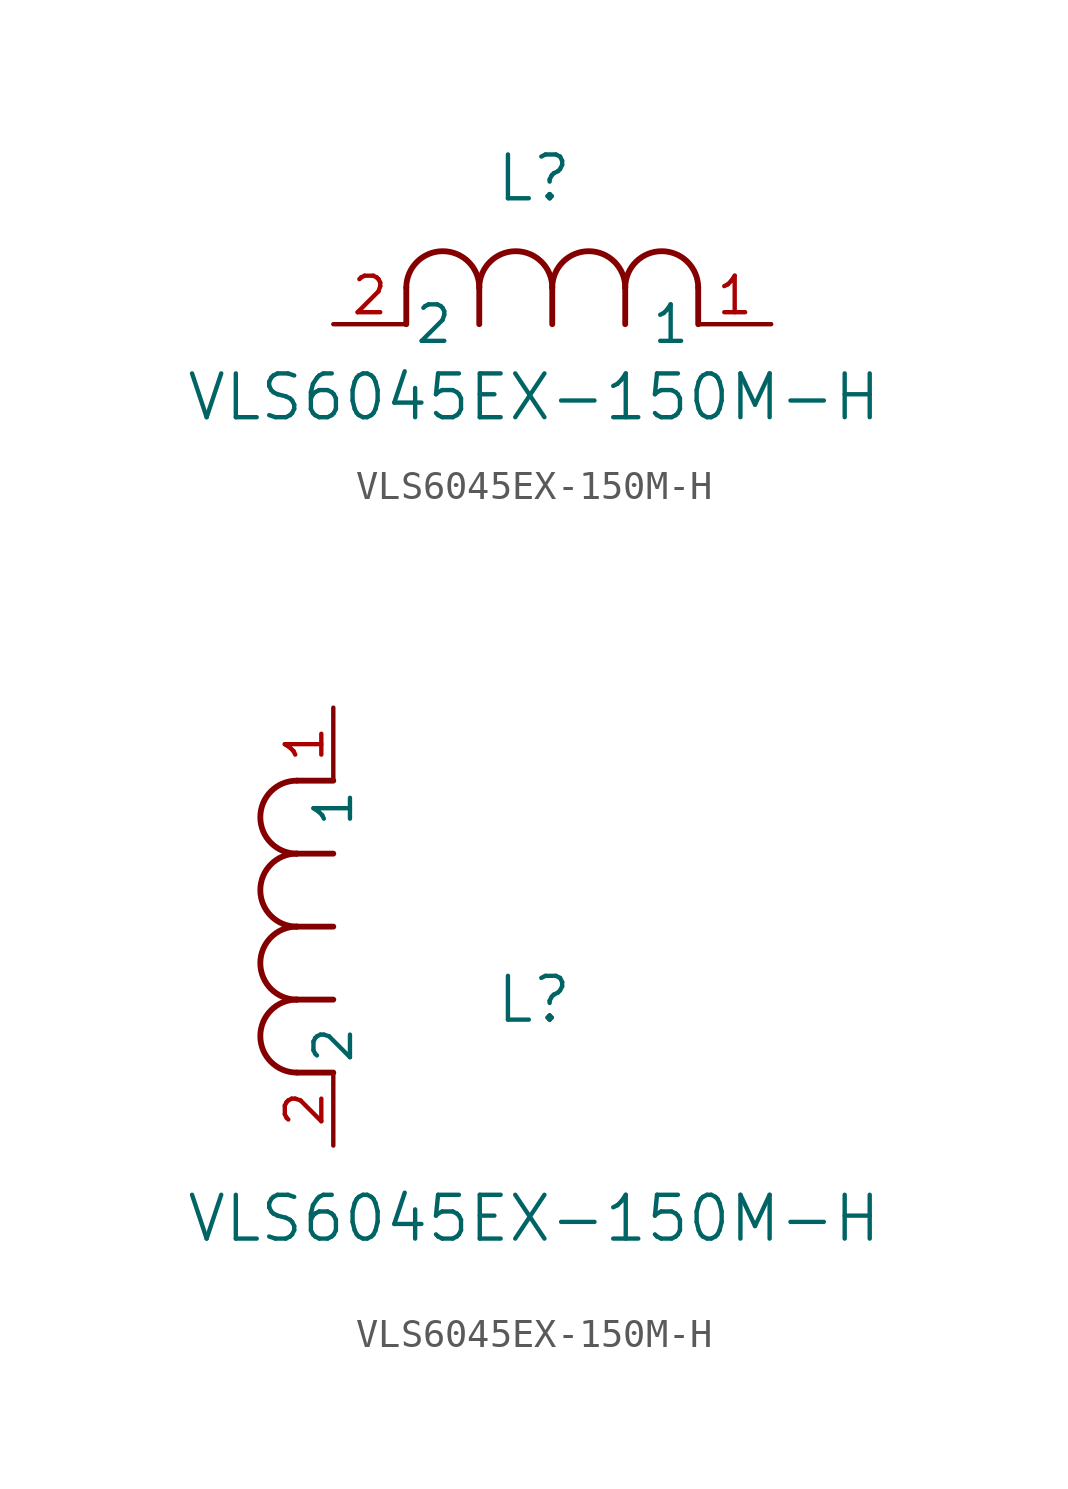
<source format=kicad_sym>
(kicad_symbol_lib
  (version 20211014)
  (generator kicad_symbol_editor)
  (symbol "VLS6045EX-150M-H"
    (pin_names
      (offset 0.254))
    (property "Reference" "L"
      (at 6.985 5.08 0)
      (effects (font (size 1.524 1.524))))
    (property "Value" "VLS6045EX-150M-H"
      (at 6.985 -2.54 0)
      (effects (font (size 1.524 1.524))))
    (symbol "VLS6045EX-150M-H_1_1"
      (arc (start 7.62 1.27) (mid 6.35 2.54) (end 5.08 1.27) (stroke (width 0.2032) (type default) (color 0 0 0 0)) (fill (type none)))
      (polyline (pts (xy 5.08 0) (xy 5.08 1.27)) (stroke (width 0.203) (type default) (color 0 0 0 0)) (fill (type none)))
      (polyline (pts (xy 7.62 0) (xy 7.62 1.27)) (stroke (width 0.203) (type default) (color 0 0 0 0)) (fill (type none)))
      (polyline (pts (xy 12.7 0) (xy 12.7 1.27)) (stroke (width 0.203) (type default) (color 0 0 0 0)) (fill (type none)))
      (arc (start 5.08 1.27) (mid 3.81 2.54) (end 2.54 1.27) (stroke (width 0.2032) (type default) (color 0 0 0 0)) (fill (type none)))
      (arc (start 10.16 1.27) (mid 8.89 2.54) (end 7.62 1.27) (stroke (width 0.2032) (type default) (color 0 0 0 0)) (fill (type none)))
      (arc (start 12.7 1.27) (mid 11.43 2.54) (end 10.16 1.27) (stroke (width 0.2032) (type default) (color 0 0 0 0)) (fill (type none)))
      (polyline (pts (xy 2.54 0) (xy 2.54 1.27)) (stroke (width 0.203) (type default) (color 0 0 0 0)) (fill (type none)))
      (polyline (pts (xy 10.16 0) (xy 10.16 1.27)) (stroke (width 0.203) (type default) (color 0 0 0 0)) (fill (type none)))
      (pin unspecified line (at 0 0 0) (length 2.54) (name "2" (effects (font (size 1.27 1.27)))) (number "2" (effects (font (size 1.27 1.27)))))
      (pin unspecified line (at 15.24 0 180) (length 2.54) (name "1" (effects (font (size 1.27 1.27)))) (number "1" (effects (font (size 1.27 1.27))))))
    (symbol "VLS6045EX-150M-H_1_2"
      (arc (start -1.27 7.62) (mid -2.54 6.35) (end -1.27 5.08) (stroke (width 0.2032) (type default) (color 0 0 0 0)) (fill (type none)))
      (arc (start -1.27 5.08) (mid -2.54 3.81) (end -1.27 2.54) (stroke (width 0.2032) (type default) (color 0 0 0 0)) (fill (type none)))
      (arc (start -1.27 12.7) (mid -2.54 11.43) (end -1.27 10.16) (stroke (width 0.2032) (type default) (color 0 0 0 0)) (fill (type none)))
      (arc (start -1.27 10.16) (mid -2.54 8.89) (end -1.27 7.62) (stroke (width 0.2032) (type default) (color 0 0 0 0)) (fill (type none)))
      (polyline (pts (xy 0 7.62) (xy -1.27 7.62)) (stroke (width 0.203) (type default) (color 0 0 0 0)) (fill (type none)))
      (polyline (pts (xy 0 5.08) (xy -1.27 5.08)) (stroke (width 0.203) (type default) (color 0 0 0 0)) (fill (type none)))
      (polyline (pts (xy 0 12.7) (xy -1.27 12.7)) (stroke (width 0.203) (type default) (color 0 0 0 0)) (fill (type none)))
      (polyline (pts (xy 0 2.54) (xy -1.27 2.54)) (stroke (width 0.203) (type default) (color 0 0 0 0)) (fill (type none)))
      (polyline (pts (xy 0 10.16) (xy -1.27 10.16)) (stroke (width 0.203) (type default) (color 0 0 0 0)) (fill (type none)))
      (pin unspecified line (at 0 0 90) (length 2.54) (name "2" (effects (font (size 1.27 1.27)))) (number "2" (effects (font (size 1.27 1.27)))))
      (pin unspecified line (at 0 15.24 270) (length 2.54) (name "1" (effects (font (size 1.27 1.27)))) (number "1" (effects (font (size 1.27 1.27))))))))
</source>
